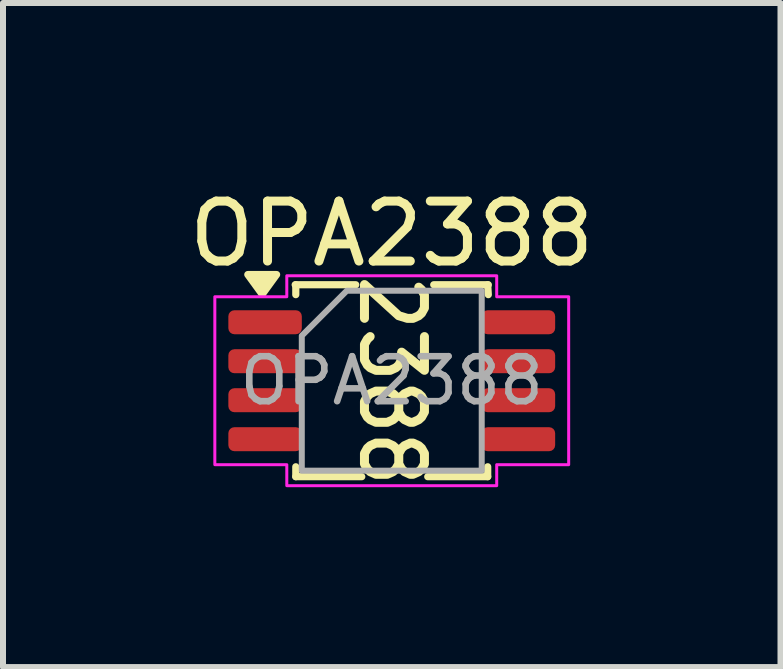
<source format=kicad_pcb>
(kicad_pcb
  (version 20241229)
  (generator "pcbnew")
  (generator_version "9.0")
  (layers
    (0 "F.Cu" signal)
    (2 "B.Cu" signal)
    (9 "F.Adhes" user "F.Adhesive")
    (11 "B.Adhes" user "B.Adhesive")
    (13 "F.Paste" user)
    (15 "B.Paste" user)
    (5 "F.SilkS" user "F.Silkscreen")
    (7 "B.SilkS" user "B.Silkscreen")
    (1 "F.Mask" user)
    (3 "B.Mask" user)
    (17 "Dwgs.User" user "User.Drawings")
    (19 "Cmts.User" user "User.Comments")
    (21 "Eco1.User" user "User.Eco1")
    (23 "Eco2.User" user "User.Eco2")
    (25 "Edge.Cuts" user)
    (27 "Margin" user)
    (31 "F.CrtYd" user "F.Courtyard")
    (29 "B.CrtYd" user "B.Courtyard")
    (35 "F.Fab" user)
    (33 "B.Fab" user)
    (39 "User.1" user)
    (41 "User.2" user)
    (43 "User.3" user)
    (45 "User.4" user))
  (footprint "OPA2388"
    (layer "F.Cu")
    (at 3.482 3.298)
    (property "Reference" "OPA2388" (at 0 -2.45 0) (layer "F.SilkS") (effects (font (size 1 1) (thickness 0.15))))
    (attr smd)
    (fp_line (start -1.61 -1.6) (end -0.6 -1.6) (stroke (width 0.12) (type solid)) (layer "F.SilkS"))
    (fp_line (start -1.6 -1.435) (end -1.6 -1.6) (stroke (width 0.12) (type solid)) (layer "F.SilkS"))
    (fp_line (start -1.6 1.6) (end -1.6 1.435) (stroke (width 0.12) (type solid)) (layer "F.SilkS"))
    (fp_line (start -0.5 1.6) (end -1.6 1.6) (stroke (width 0.12) (type solid)) (layer "F.SilkS"))
    (fp_line (start 0.7 -1.6) (end 1.61 -1.6) (stroke (width 0.12) (type solid)) (layer "F.SilkS"))
    (fp_line (start 1.6 -1.6) (end 1.61 -1.435) (stroke (width 0.12) (type solid)) (layer "F.SilkS"))
    (fp_line (start 1.6 1.435) (end 1.6 1.6) (stroke (width 0.12) (type solid)) (layer "F.SilkS"))
    (fp_line (start 1.6 1.6) (end 0.6 1.6) (stroke (width 0.12) (type solid)) (layer "F.SilkS"))
    (fp_poly (pts (xy -2.16 -1.44) (xy -2.4 -1.77) (xy -1.92 -1.77)) (stroke (width 0.12) (type solid)) (fill yes) (layer "F.SilkS"))
    (fp_poly (pts (xy -0.442 -1.677) (xy -0.44 -1.677) (xy -0.428 -1.672) (xy -0.416 -1.668) (xy -0.414 -1.666) (xy -0.413 -1.666) (xy -0.412 -1.664) (xy -0.404 -1.659) (xy 0.155 -1.15) (xy 0.271 -1.115) (xy 0.338 -1.115) (xy 0.408 -1.147) (xy 0.438 -1.174) (xy 0.47 -1.233) (xy 0.47 -1.411) (xy 0.438 -1.47) (xy 0.399 -1.505) (xy 0.39 -1.515) (xy 0.377 -1.542) (xy 0.376 -1.571) (xy 0.386 -1.599) (xy 0.405 -1.62) (xy 0.432 -1.633) (xy 0.461 -1.634) (xy 0.489 -1.624) (xy 0.5 -1.615) (xy 0.548 -1.572) (xy 0.553 -1.566) (xy 0.555 -1.565) (xy 0.556 -1.563) (xy 0.558 -1.561) (xy 0.559 -1.559) (xy 0.563 -1.553) (xy 0.611 -1.466) (xy 0.617 -1.453) (xy 0.617 -1.448) (xy 0.619 -1.445) (xy 0.62 -1.43) (xy 0.62 -1.213) (xy 0.619 -1.199) (xy 0.617 -1.195) (xy 0.617 -1.191) (xy 0.611 -1.177) (xy 0.563 -1.091) (xy 0.559 -1.084) (xy 0.558 -1.082) (xy 0.556 -1.08) (xy 0.555 -1.078) (xy 0.553 -1.077) (xy 0.548 -1.071) (xy 0.5 -1.028) (xy 0.495 -1.024) (xy 0.494 -1.022) (xy 0.491 -1.021) (xy 0.489 -1.019) (xy 0.487 -1.018) (xy 0.481 -1.015) (xy 0.386 -0.972) (xy 0.372 -0.967) (xy 0.371 -0.967) (xy 0.369 -0.966) (xy 0.355 -0.965) (xy 0.259 -0.965) (xy 0.254 -0.966) (xy 0.252 -0.965) (xy 0.249 -0.966) (xy 0.245 -0.966) (xy 0.243 -0.967) (xy 0.238 -0.968) (xy 0.095 -1.012) (xy 0.081 -1.017) (xy 0.08 -1.018) (xy 0.078 -1.019) (xy 0.066 -1.028) (xy -0.38 -1.434) (xy -0.38 -1.04) (xy -0.381 -1.025) (xy -0.392 -0.998) (xy -0.413 -0.978) (xy -0.44 -0.966) (xy -0.469 -0.966) (xy -0.496 -0.978) (xy -0.517 -0.998) (xy -0.528 -1.025) (xy -0.53 -1.04) (xy -0.53 -1.603) (xy -0.529 -1.613) (xy -0.529 -1.614) (xy -0.529 -1.615) (xy -0.528 -1.618) (xy -0.523 -1.63) (xy -0.519 -1.642) (xy -0.518 -1.643) (xy -0.517 -1.645) (xy -0.508 -1.654) (xy -0.499 -1.664) (xy -0.498 -1.664) (xy -0.496 -1.666) (xy -0.485 -1.671) (xy -0.473 -1.676) (xy -0.471 -1.676) (xy -0.469 -1.677) (xy -0.457 -1.677) (xy -0.444 -1.677)) (stroke (width 0) (type solid)) (fill yes) (layer "F.SilkS"))
    (fp_poly (pts (xy -0.342 -0.809) (xy -0.315 -0.797) (xy -0.295 -0.775) (xy -0.285 -0.748) (xy -0.287 -0.719) (xy -0.299 -0.692) (xy -0.309 -0.681) (xy -0.347 -0.646) (xy -0.38 -0.587) (xy -0.38 -0.366) (xy -0.347 -0.307) (xy -0.318 -0.28) (xy -0.248 -0.248) (xy -0.043 -0.248) (xy 0.027 -0.28) (xy 0.057 -0.307) (xy 0.089 -0.366) (xy 0.089 -0.477) (xy 0.09 -0.481) (xy 0.089 -0.483) (xy 0.09 -0.485) (xy 0.091 -0.491) (xy 0.095 -0.501) (xy 0.098 -0.511) (xy 0.1 -0.514) (xy 0.102 -0.518) (xy 0.109 -0.526) (xy 0.116 -0.534) (xy 0.12 -0.536) (xy 0.123 -0.539) (xy 0.132 -0.543) (xy 0.141 -0.548) (xy 0.146 -0.549) (xy 0.15 -0.55) (xy 0.16 -0.55) (xy 0.17 -0.551) (xy 0.175 -0.55) (xy 0.179 -0.55) (xy 0.189 -0.546) (xy 0.199 -0.543) (xy 0.204 -0.54) (xy 0.206 -0.539) (xy 0.207 -0.538) (xy 0.211 -0.535) (xy 0.47 -0.329) (xy 0.47 -0.737) (xy 0.472 -0.751) (xy 0.483 -0.778) (xy 0.504 -0.799) (xy 0.531 -0.81) (xy 0.56 -0.81) (xy 0.587 -0.799) (xy 0.608 -0.778) (xy 0.619 -0.751) (xy 0.62 -0.737) (xy 0.62 -0.173) (xy 0.62 -0.169) (xy 0.62 -0.167) (xy 0.619 -0.165) (xy 0.619 -0.159) (xy 0.615 -0.149) (xy 0.612 -0.139) (xy 0.609 -0.136) (xy 0.608 -0.132) (xy 0.6 -0.124) (xy 0.594 -0.116) (xy 0.59 -0.114) (xy 0.587 -0.111) (xy 0.577 -0.107) (xy 0.568 -0.102) (xy 0.564 -0.101) (xy 0.56 -0.1) (xy 0.549 -0.1) (xy 0.539 -0.099) (xy 0.535 -0.1) (xy 0.531 -0.1) (xy 0.521 -0.104) (xy 0.511 -0.107) (xy 0.505 -0.11) (xy 0.504 -0.111) (xy 0.502 -0.112) (xy 0.498 -0.115) (xy 0.236 -0.324) (xy 0.23 -0.311) (xy 0.182 -0.224) (xy 0.178 -0.217) (xy 0.177 -0.215) (xy 0.175 -0.214) (xy 0.174 -0.212) (xy 0.173 -0.211) (xy 0.167 -0.205) (xy 0.119 -0.161) (xy 0.114 -0.157) (xy 0.113 -0.156) (xy 0.11 -0.154) (xy 0.108 -0.152) (xy 0.106 -0.152) (xy 0.1 -0.148) (xy 0.005 -0.105) (xy -0.009 -0.1) (xy -0.01 -0.1) (xy -0.012 -0.1) (xy -0.026 -0.098) (xy -0.264 -0.098) (xy -0.279 -0.1) (xy -0.28 -0.1) (xy -0.281 -0.1) (xy -0.295 -0.105) (xy -0.391 -0.148) (xy -0.396 -0.152) (xy -0.398 -0.152) (xy -0.401 -0.154) (xy -0.403 -0.156) (xy -0.405 -0.157) (xy -0.41 -0.161) (xy -0.458 -0.205) (xy -0.463 -0.211) (xy -0.465 -0.212) (xy -0.466 -0.214) (xy -0.468 -0.215) (xy -0.468 -0.217) (xy -0.473 -0.224) (xy -0.521 -0.311) (xy -0.526 -0.324) (xy -0.527 -0.328) (xy -0.528 -0.332) (xy -0.53 -0.347) (xy -0.53 -0.607) (xy -0.528 -0.621) (xy -0.527 -0.625) (xy -0.526 -0.629) (xy -0.521 -0.643) (xy -0.473 -0.729) (xy -0.468 -0.736) (xy -0.468 -0.738) (xy -0.466 -0.74) (xy -0.465 -0.742) (xy -0.463 -0.743) (xy -0.458 -0.749) (xy -0.41 -0.792) (xy -0.398 -0.801) (xy -0.371 -0.811)) (stroke (width 0) (type solid)) (fill yes) (layer "F.SilkS"))
    (fp_poly (pts (xy -0.059 0.1) (xy -0.058 0.1) (xy -0.057 0.1) (xy -0.043 0.105) (xy 0.052 0.148) (xy 0.058 0.152) (xy 0.06 0.152) (xy 0.063 0.154) (xy 0.065 0.156) (xy 0.066 0.157) (xy 0.072 0.161) (xy 0.117 0.202) (xy 0.161 0.161) (xy 0.167 0.157) (xy 0.168 0.156) (xy 0.171 0.154) (xy 0.173 0.152) (xy 0.175 0.152) (xy 0.181 0.148) (xy 0.276 0.105) (xy 0.29 0.1) (xy 0.291 0.1) (xy 0.292 0.1) (xy 0.307 0.098) (xy 0.355 0.098) (xy 0.369 0.1) (xy 0.371 0.1) (xy 0.372 0.1) (xy 0.386 0.105) (xy 0.481 0.148) (xy 0.487 0.152) (xy 0.489 0.152) (xy 0.491 0.154) (xy 0.494 0.156) (xy 0.495 0.157) (xy 0.5 0.161) (xy 0.548 0.205) (xy 0.553 0.211) (xy 0.555 0.212) (xy 0.556 0.214) (xy 0.558 0.215) (xy 0.559 0.217) (xy 0.563 0.224) (xy 0.611 0.311) (xy 0.617 0.324) (xy 0.617 0.328) (xy 0.619 0.332) (xy 0.62 0.347) (xy 0.62 0.52) (xy 0.619 0.535) (xy 0.617 0.538) (xy 0.617 0.543) (xy 0.611 0.556) (xy 0.563 0.643) (xy 0.559 0.649) (xy 0.558 0.651) (xy 0.556 0.653) (xy 0.555 0.655) (xy 0.553 0.656) (xy 0.548 0.662) (xy 0.5 0.705) (xy 0.495 0.709) (xy 0.494 0.711) (xy 0.491 0.712) (xy 0.489 0.714) (xy 0.487 0.715) (xy 0.481 0.718) (xy 0.386 0.762) (xy 0.372 0.766) (xy 0.371 0.766) (xy 0.369 0.767) (xy 0.355 0.768) (xy 0.307 0.768) (xy 0.292 0.767) (xy 0.291 0.766) (xy 0.29 0.766) (xy 0.276 0.762) (xy 0.181 0.718) (xy 0.175 0.715) (xy 0.173 0.714) (xy 0.171 0.712) (xy 0.168 0.711) (xy 0.167 0.709) (xy 0.161 0.705) (xy 0.117 0.665) (xy 0.072 0.705) (xy 0.066 0.709) (xy 0.065 0.711) (xy 0.063 0.712) (xy 0.06 0.714) (xy 0.058 0.715) (xy 0.052 0.718) (xy -0.043 0.762) (xy -0.057 0.766) (xy -0.058 0.766) (xy -0.059 0.767) (xy -0.074 0.768) (xy -0.264 0.768) (xy -0.279 0.767) (xy -0.28 0.766) (xy -0.281 0.766) (xy -0.295 0.762) (xy -0.391 0.718) (xy -0.396 0.715) (xy -0.398 0.714) (xy -0.401 0.712) (xy -0.403 0.711) (xy -0.405 0.709) (xy -0.41 0.705) (xy -0.458 0.662) (xy -0.463 0.656) (xy -0.465 0.655) (xy -0.466 0.653) (xy -0.468 0.651) (xy -0.468 0.649) (xy -0.473 0.643) (xy -0.521 0.556) (xy -0.526 0.543) (xy -0.527 0.538) (xy -0.528 0.535) (xy -0.53 0.52) (xy -0.53 0.366) (xy -0.38 0.366) (xy -0.38 0.501) (xy -0.347 0.56) (xy -0.318 0.587) (xy -0.248 0.618) (xy -0.09 0.618) (xy -0.02 0.587) (xy 0.009 0.56) (xy 0.042 0.501) (xy 0.042 0.366) (xy 0.042 0.366) (xy 0.192 0.366) (xy 0.192 0.501) (xy 0.224 0.56) (xy 0.254 0.587) (xy 0.323 0.618) (xy 0.338 0.618) (xy 0.408 0.587) (xy 0.438 0.56) (xy 0.47 0.501) (xy 0.47 0.366) (xy 0.438 0.307) (xy 0.408 0.28) (xy 0.338 0.248) (xy 0.323 0.248) (xy 0.254 0.28) (xy 0.224 0.307) (xy 0.192 0.366) (xy 0.042 0.366) (xy 0.009 0.307) (xy -0.02 0.28) (xy -0.09 0.248) (xy -0.248 0.248) (xy -0.318 0.28) (xy -0.347 0.307) (xy -0.38 0.366) (xy -0.53 0.366) (xy -0.53 0.347) (xy -0.528 0.332) (xy -0.527 0.328) (xy -0.526 0.324) (xy -0.521 0.311) (xy -0.473 0.224) (xy -0.468 0.217) (xy -0.468 0.215) (xy -0.466 0.214) (xy -0.465 0.212) (xy -0.463 0.211) (xy -0.458 0.205) (xy -0.41 0.161) (xy -0.405 0.157) (xy -0.403 0.156) (xy -0.401 0.154) (xy -0.398 0.152) (xy -0.396 0.152) (xy -0.391 0.148) (xy -0.295 0.105) (xy -0.281 0.1) (xy -0.28 0.1) (xy -0.279 0.1) (xy -0.264 0.098) (xy -0.074 0.098)) (stroke (width 0) (type solid)) (fill yes) (layer "F.SilkS"))
    (fp_poly (pts (xy -0.059 0.966) (xy -0.058 0.967) (xy -0.057 0.967) (xy -0.043 0.972) (xy 0.052 1.015) (xy 0.058 1.018) (xy 0.06 1.019) (xy 0.063 1.021) (xy 0.065 1.022) (xy 0.066 1.024) (xy 0.072 1.028) (xy 0.117 1.069) (xy 0.161 1.028) (xy 0.167 1.024) (xy 0.168 1.022) (xy 0.171 1.021) (xy 0.173 1.019) (xy 0.175 1.018) (xy 0.181 1.015) (xy 0.276 0.972) (xy 0.29 0.967) (xy 0.291 0.967) (xy 0.292 0.966) (xy 0.307 0.965) (xy 0.355 0.965) (xy 0.369 0.966) (xy 0.371 0.967) (xy 0.372 0.967) (xy 0.386 0.972) (xy 0.481 1.015) (xy 0.487 1.018) (xy 0.489 1.019) (xy 0.491 1.021) (xy 0.494 1.022) (xy 0.495 1.024) (xy 0.5 1.028) (xy 0.548 1.071) (xy 0.553 1.077) (xy 0.555 1.078) (xy 0.556 1.08) (xy 0.558 1.082) (xy 0.559 1.084) (xy 0.563 1.091) (xy 0.611 1.177) (xy 0.617 1.191) (xy 0.617 1.195) (xy 0.619 1.199) (xy 0.62 1.213) (xy 0.62 1.387) (xy 0.619 1.401) (xy 0.617 1.405) (xy 0.617 1.409) (xy 0.611 1.423) (xy 0.563 1.509) (xy 0.559 1.516) (xy 0.558 1.518) (xy 0.556 1.52) (xy 0.555 1.522) (xy 0.553 1.523) (xy 0.548 1.529) (xy 0.5 1.572) (xy 0.495 1.576) (xy 0.494 1.578) (xy 0.491 1.579) (xy 0.489 1.581) (xy 0.487 1.582) (xy 0.481 1.585) (xy 0.386 1.628) (xy 0.372 1.633) (xy 0.371 1.633) (xy 0.369 1.634) (xy 0.355 1.635) (xy 0.307 1.635) (xy 0.292 1.634) (xy 0.291 1.633) (xy 0.29 1.633) (xy 0.276 1.628) (xy 0.181 1.585) (xy 0.175 1.582) (xy 0.173 1.581) (xy 0.171 1.579) (xy 0.168 1.578) (xy 0.167 1.576) (xy 0.161 1.572) (xy 0.117 1.531) (xy 0.072 1.572) (xy 0.066 1.576) (xy 0.065 1.578) (xy 0.063 1.579) (xy 0.06 1.581) (xy 0.058 1.582) (xy 0.052 1.585) (xy -0.043 1.628) (xy -0.057 1.633) (xy -0.058 1.633) (xy -0.059 1.634) (xy -0.074 1.635) (xy -0.264 1.635) (xy -0.279 1.634) (xy -0.28 1.633) (xy -0.281 1.633) (xy -0.295 1.628) (xy -0.391 1.585) (xy -0.396 1.582) (xy -0.398 1.581) (xy -0.401 1.579) (xy -0.403 1.578) (xy -0.405 1.576) (xy -0.41 1.572) (xy -0.458 1.529) (xy -0.463 1.523) (xy -0.465 1.522) (xy -0.466 1.52) (xy -0.468 1.518) (xy -0.468 1.516) (xy -0.473 1.509) (xy -0.521 1.423) (xy -0.526 1.409) (xy -0.527 1.405) (xy -0.528 1.401) (xy -0.53 1.387) (xy -0.53 1.233) (xy -0.38 1.233) (xy -0.38 1.367) (xy -0.347 1.426) (xy -0.318 1.453) (xy -0.248 1.485) (xy -0.09 1.485) (xy -0.02 1.453) (xy 0.009 1.426) (xy 0.042 1.367) (xy 0.042 1.233) (xy 0.042 1.233) (xy 0.192 1.233) (xy 0.192 1.367) (xy 0.224 1.426) (xy 0.254 1.453) (xy 0.323 1.485) (xy 0.338 1.485) (xy 0.408 1.453) (xy 0.438 1.426) (xy 0.47 1.367) (xy 0.47 1.233) (xy 0.438 1.174) (xy 0.408 1.147) (xy 0.338 1.115) (xy 0.323 1.115) (xy 0.254 1.147) (xy 0.224 1.174) (xy 0.192 1.233) (xy 0.042 1.233) (xy 0.009 1.174) (xy -0.02 1.147) (xy -0.09 1.115) (xy -0.248 1.115) (xy -0.318 1.147) (xy -0.347 1.174) (xy -0.38 1.233) (xy -0.53 1.233) (xy -0.53 1.213) (xy -0.528 1.199) (xy -0.527 1.195) (xy -0.526 1.191) (xy -0.521 1.177) (xy -0.473 1.091) (xy -0.468 1.084) (xy -0.468 1.082) (xy -0.466 1.08) (xy -0.465 1.078) (xy -0.463 1.077) (xy -0.458 1.071) (xy -0.41 1.028) (xy -0.405 1.024) (xy -0.403 1.022) (xy -0.401 1.021) (xy -0.398 1.019) (xy -0.396 1.018) (xy -0.391 1.015) (xy -0.295 0.972) (xy -0.281 0.967) (xy -0.28 0.967) (xy -0.279 0.966) (xy -0.264 0.965) (xy -0.074 0.965)) (stroke (width 0) (type solid)) (fill yes) (layer "F.SilkS"))
    (fp_poly (pts (xy -1.75 -1.4) (xy -1.75 -1.75) (xy 1.75 -1.75) (xy 1.75 -1.4) (xy 2.95 -1.4) (xy 2.95 1.4) (xy 1.75 1.4) (xy 1.75 1.75) (xy -1.75 1.75) (xy -1.75 1.4) (xy -2.95 1.4) (xy -2.95 -1.4)) (stroke (width 0.05) (type solid)) (fill no) (layer "F.CrtYd"))
    (fp_poly (pts (xy -0.75 -1.5) (xy 1.5 -1.5) (xy 1.5 1.5) (xy -1.5 1.5) (xy -1.5 -0.75)) (stroke (width 0.1) (type solid)) (fill no) (layer "F.Fab"))
    (fp_text user "${REFERENCE}" (at 0 0 0) (layer "F.Fab") (effects (font (size 0.75 0.75) (thickness 0.11))))
    (pad "1" smd roundrect (at -2.112 -0.975) (size 1.225 0.4) (layers "F.Cu" "F.Mask" "F.Paste") (roundrect_rratio 0.25))
    (pad "2" smd roundrect (at -2.112 -0.325) (size 1.225 0.4) (layers "F.Cu" "F.Mask" "F.Paste") (roundrect_rratio 0.25))
    (pad "3" smd roundrect (at -2.112 0.325) (size 1.225 0.4) (layers "F.Cu" "F.Mask" "F.Paste") (roundrect_rratio 0.25))
    (pad "4" smd roundrect (at -2.112 0.975) (size 1.225 0.4) (layers "F.Cu" "F.Mask" "F.Paste") (roundrect_rratio 0.25))
    (pad "5" smd roundrect (at 2.112 0.975) (size 1.225 0.4) (layers "F.Cu" "F.Mask" "F.Paste") (roundrect_rratio 0.25))
    (pad "6" smd roundrect (at 2.112 0.325) (size 1.225 0.4) (layers "F.Cu" "F.Mask" "F.Paste") (roundrect_rratio 0.25))
    (pad "7" smd roundrect (at 2.112 -0.325) (size 1.225 0.4) (layers "F.Cu" "F.Mask" "F.Paste") (roundrect_rratio 0.25))
    (pad "8" smd roundrect (at 2.112 -0.975) (size 1.225 0.4) (layers "F.Cu" "F.Mask" "F.Paste") (roundrect_rratio 0.25)))
  (gr_rect
    (start -3 -3)
    (end 9.964 8.073)
    (stroke (width 0.1) (type default))
    (fill no)
    (layer "Edge.Cuts")))
</source>
